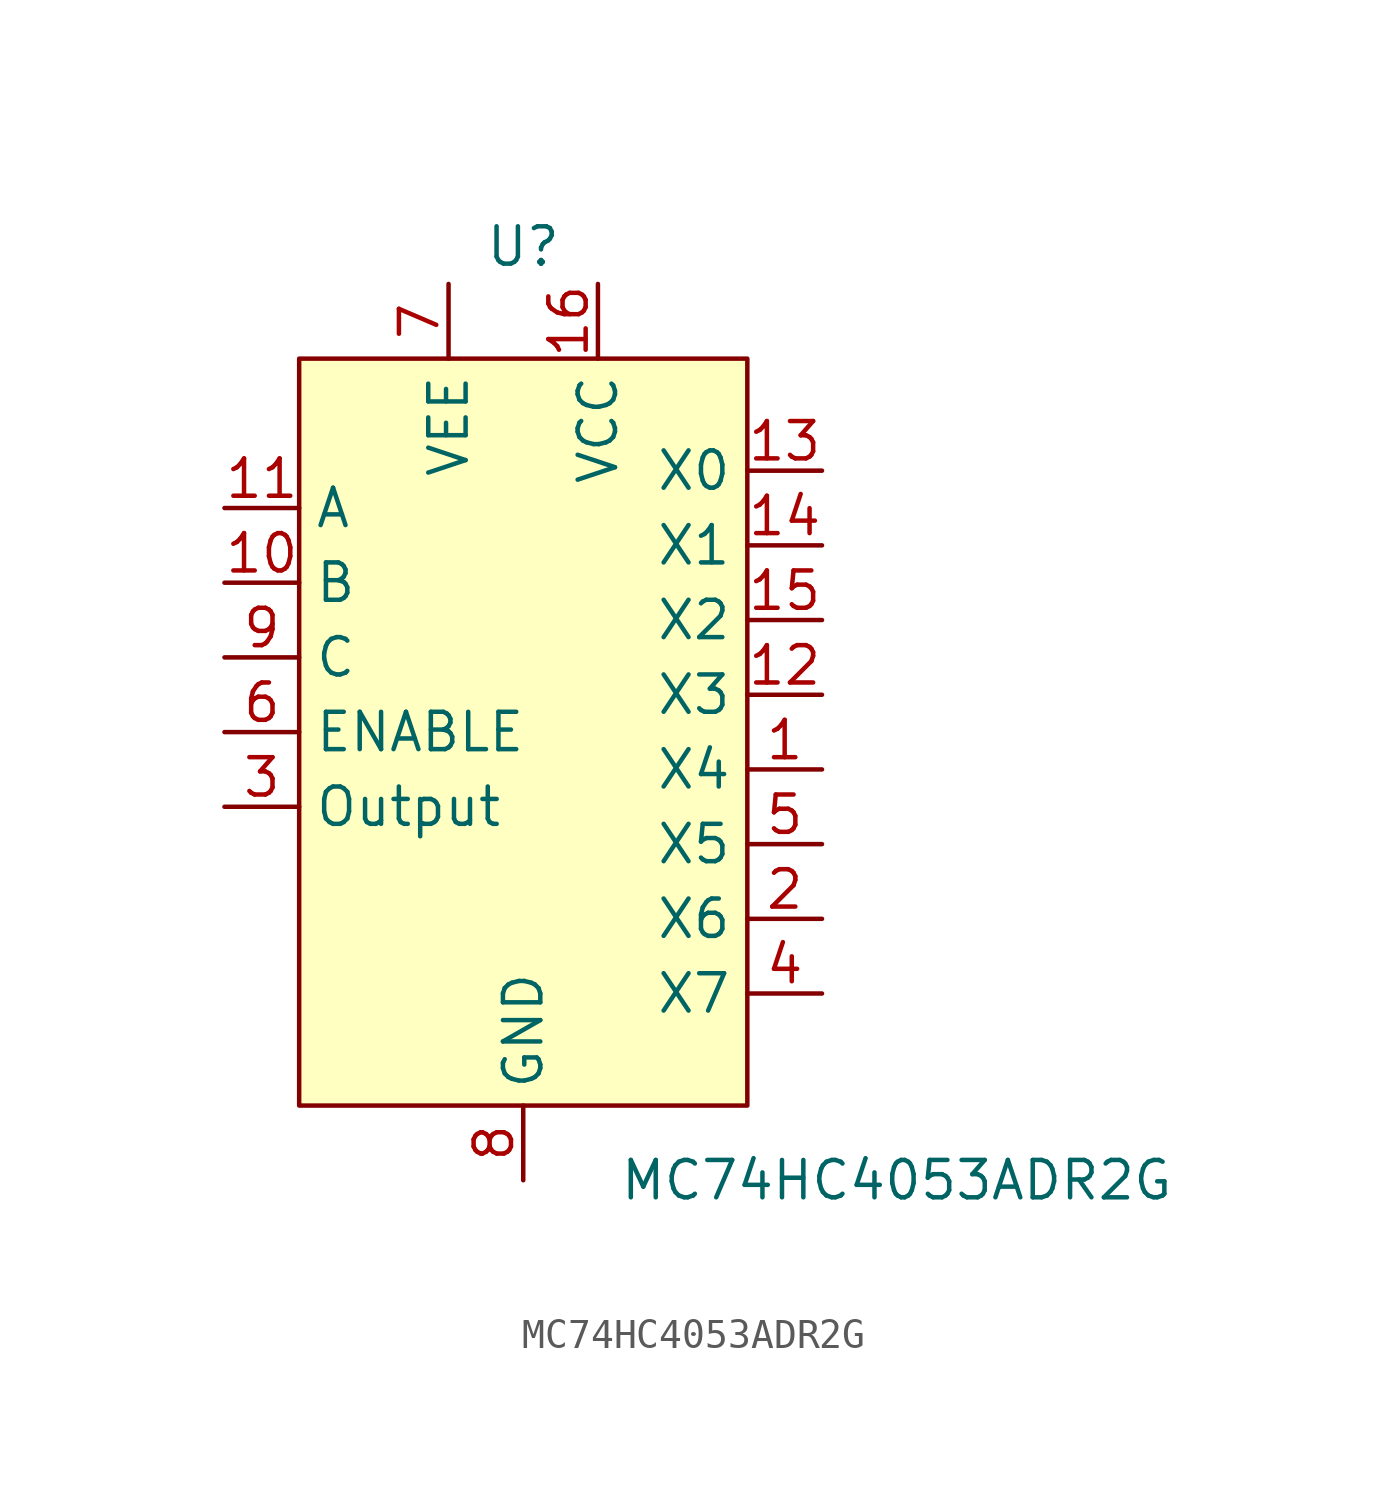
<source format=kicad_sym>
(kicad_symbol_lib
  (version 20211014)
  (generator kicad_symbol_editor)
  (symbol "MC74HC4053ADR2G"
    (property "Reference" "U"
      (at 0 17.78 0)
      (effects (font (size 1.27 1.27))))
    (property "Value" "MC74HC4053ADR2G"
      (at 12.7 -13.97 0)
      (effects (font (size 1.27 1.27))))
    (symbol "MC74HC4053ADR2G_0_1"
      (polyline (pts (xy -7.62 13.97) (xy -7.62 -11.43) (xy 7.62 -11.43) (xy 7.62 13.97) (xy -7.62 13.97)) (stroke (width 0) (type default) (color 0 0 0 0)) (fill (type background))))
    (symbol "MC74HC4053ADR2G_1_1"
      (pin input line (at 10.16 0 180) (length 2.54) (name "X4" (effects (font (size 1.27 1.27)))) (number "1" (effects (font (size 1.27 1.27)))))
      (pin input line (at -10.16 6.35 0) (length 2.54) (name "B" (effects (font (size 1.27 1.27)))) (number "10" (effects (font (size 1.27 1.27)))))
      (pin input line (at -10.16 8.89 0) (length 2.54) (name "A" (effects (font (size 1.27 1.27)))) (number "11" (effects (font (size 1.27 1.27)))))
      (pin input line (at 10.16 2.54 180) (length 2.54) (name "X3" (effects (font (size 1.27 1.27)))) (number "12" (effects (font (size 1.27 1.27)))))
      (pin input line (at 10.16 10.16 180) (length 2.54) (name "X0" (effects (font (size 1.27 1.27)))) (number "13" (effects (font (size 1.27 1.27)))))
      (pin input line (at 10.16 7.62 180) (length 2.54) (name "X1" (effects (font (size 1.27 1.27)))) (number "14" (effects (font (size 1.27 1.27)))))
      (pin input line (at 10.16 5.08 180) (length 2.54) (name "X2" (effects (font (size 1.27 1.27)))) (number "15" (effects (font (size 1.27 1.27)))))
      (pin power_in line (at 2.54 16.51 270) (length 2.54) (name "VCC" (effects (font (size 1.27 1.27)))) (number "16" (effects (font (size 1.27 1.27)))))
      (pin input line (at 10.16 -5.08 180) (length 2.54) (name "X6" (effects (font (size 1.27 1.27)))) (number "2" (effects (font (size 1.27 1.27)))))
      (pin input line (at -10.16 -1.27 0) (length 2.54) (name "Output" (effects (font (size 1.27 1.27)))) (number "3" (effects (font (size 1.27 1.27)))))
      (pin input line (at 10.16 -7.62 180) (length 2.54) (name "X7" (effects (font (size 1.27 1.27)))) (number "4" (effects (font (size 1.27 1.27)))))
      (pin input line (at 10.16 -2.54 180) (length 2.54) (name "X5" (effects (font (size 1.27 1.27)))) (number "5" (effects (font (size 1.27 1.27)))))
      (pin input line (at -10.16 1.27 0) (length 2.54) (name "ENABLE" (effects (font (size 1.27 1.27)))) (number "6" (effects (font (size 1.27 1.27)))))
      (pin power_in line (at -2.54 16.51 270) (length 2.54) (name "VEE" (effects (font (size 1.27 1.27)))) (number "7" (effects (font (size 1.27 1.27)))))
      (pin power_in line (at 0 -13.97 90) (length 2.54) (name "GND" (effects (font (size 1.27 1.27)))) (number "8" (effects (font (size 1.27 1.27)))))
      (pin input line (at -10.16 3.81 0) (length 2.54) (name "C" (effects (font (size 1.27 1.27)))) (number "9" (effects (font (size 1.27 1.27))))))))
</source>
